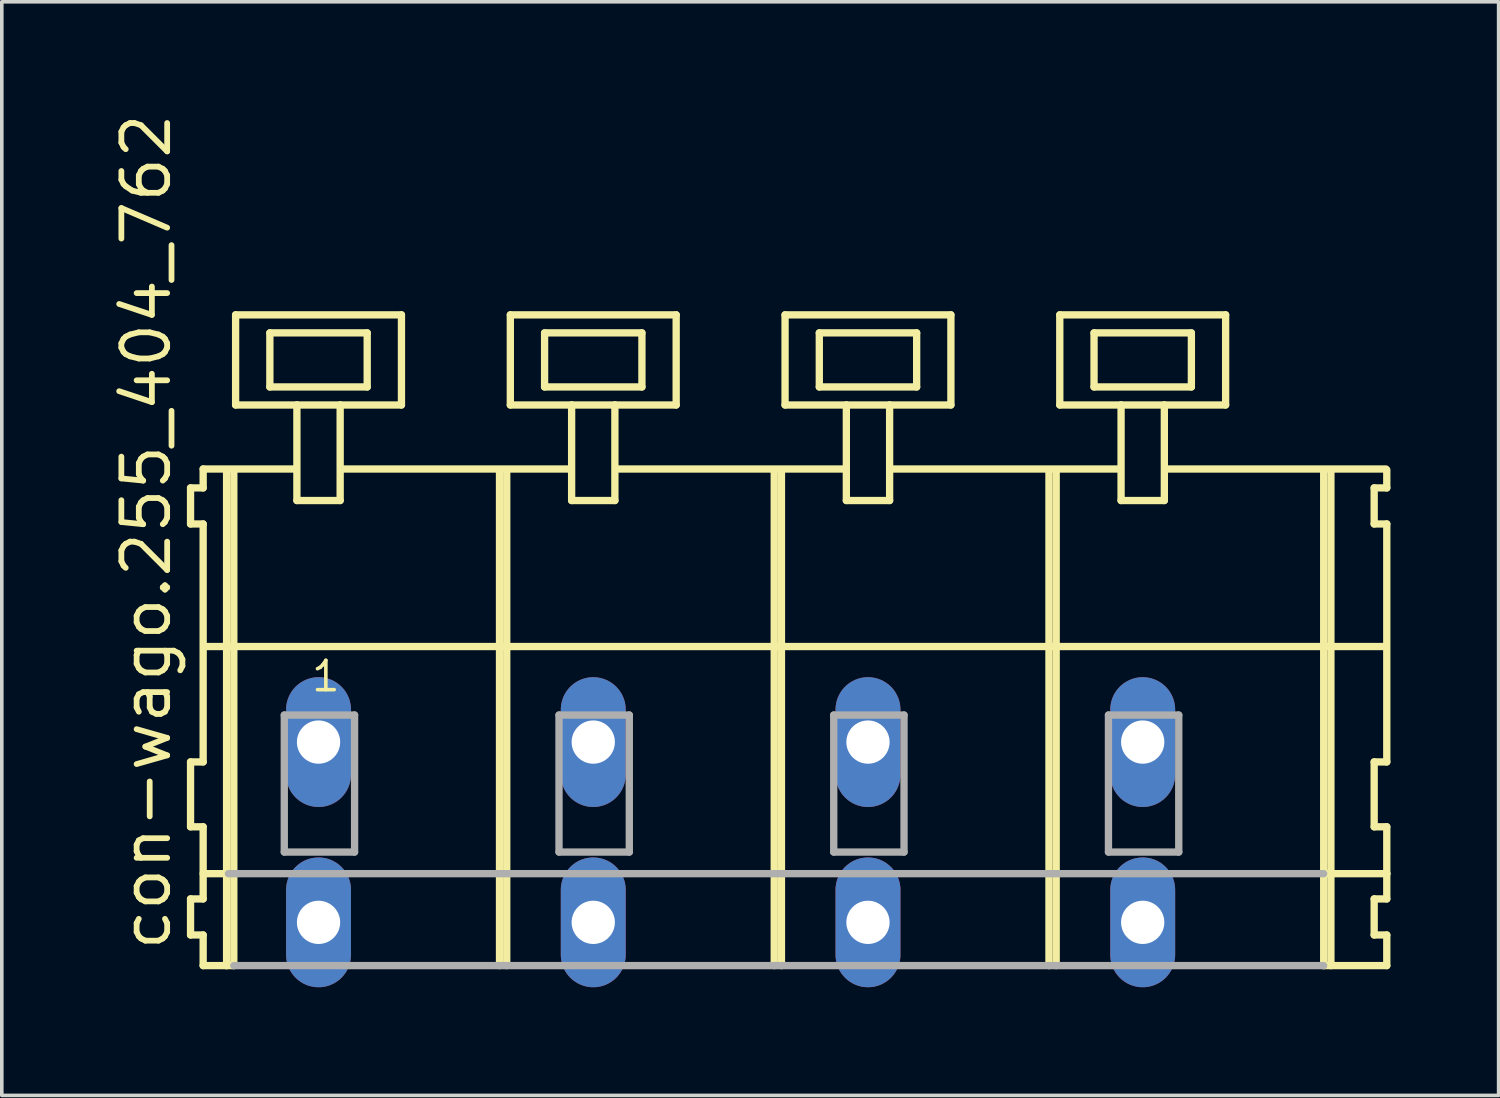
<source format=kicad_pcb>
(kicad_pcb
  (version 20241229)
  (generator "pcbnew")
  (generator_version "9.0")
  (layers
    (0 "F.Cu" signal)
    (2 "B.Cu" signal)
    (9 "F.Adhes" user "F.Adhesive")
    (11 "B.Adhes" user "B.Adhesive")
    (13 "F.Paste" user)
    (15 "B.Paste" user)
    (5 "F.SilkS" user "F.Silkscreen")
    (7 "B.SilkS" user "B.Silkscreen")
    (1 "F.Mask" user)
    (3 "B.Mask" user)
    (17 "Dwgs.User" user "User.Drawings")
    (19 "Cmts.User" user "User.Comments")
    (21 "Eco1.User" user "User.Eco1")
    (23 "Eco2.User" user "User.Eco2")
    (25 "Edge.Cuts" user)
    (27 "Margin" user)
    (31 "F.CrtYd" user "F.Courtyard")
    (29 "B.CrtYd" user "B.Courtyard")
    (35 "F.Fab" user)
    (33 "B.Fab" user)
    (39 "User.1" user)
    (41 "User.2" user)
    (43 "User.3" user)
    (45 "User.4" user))
  (footprint "con-wago.255_404_762"
    (layer "F.Cu")
    (at 18.485 17.533)
    (property "Reference" "con-wago.255_404_762" (at -16.735 5.855 90) (layer "F.SilkS") (effects (font (size 1.27 1.27) (thickness 0.16)) (justify left bottom)))
    (attr through_hole)
    (fp_line (start -16.25 -7.05) (end -16.25 -6.05) (stroke (width 0.203) (type default)) (layer "F.SilkS"))
    (fp_line (start -16.25 -6.05) (end -15.9 -6.05) (stroke (width 0.203) (type default)) (layer "F.SilkS"))
    (fp_line (start -16.25 0.55) (end -16.25 2.35) (stroke (width 0.203) (type default)) (layer "F.SilkS"))
    (fp_line (start -16.25 2.35) (end -15.9 2.35) (stroke (width 0.203) (type default)) (layer "F.SilkS"))
    (fp_line (start -16.25 4.35) (end -16.25 5.35) (stroke (width 0.203) (type default)) (layer "F.SilkS"))
    (fp_line (start -16.25 5.35) (end -15.9 5.35) (stroke (width 0.203) (type default)) (layer "F.SilkS"))
    (fp_line (start -15.9 -7.575) (end -15.9 -7.05) (stroke (width 0.203) (type default)) (layer "F.SilkS"))
    (fp_line (start -15.9 -7.575) (end -13.325 -7.575) (stroke (width 0.203) (type default)) (layer "F.SilkS"))
    (fp_line (start -15.9 -7.05) (end -16.25 -7.05) (stroke (width 0.203) (type default)) (layer "F.SilkS"))
    (fp_line (start -15.9 -6.05) (end -15.9 0.55) (stroke (width 0.203) (type default)) (layer "F.SilkS"))
    (fp_line (start -15.9 0.55) (end -16.25 0.55) (stroke (width 0.203) (type default)) (layer "F.SilkS"))
    (fp_line (start -15.9 2.35) (end -15.9 4.35) (stroke (width 0.203) (type default)) (layer "F.SilkS"))
    (fp_line (start -15.9 3.65) (end -15.2 3.65) (stroke (width 0.203) (type default)) (layer "F.SilkS"))
    (fp_line (start -15.9 4.35) (end -16.25 4.35) (stroke (width 0.203) (type default)) (layer "F.SilkS"))
    (fp_line (start -15.9 5.35) (end -15.9 6.2) (stroke (width 0.203) (type default)) (layer "F.SilkS"))
    (fp_line (start -15.9 6.2) (end -15.25 6.2) (stroke (width 0.203) (type default)) (layer "F.SilkS"))
    (fp_line (start -15.85 -2.65) (end 16.88 -2.65) (stroke (width 0.203) (type default)) (layer "F.SilkS"))
    (fp_line (start -15.25 -7.55) (end -15.25 6.2) (stroke (width 0.203) (type default)) (layer "F.SilkS"))
    (fp_line (start -15.25 6.2) (end -15.05 6.2) (stroke (width 0.203) (type default)) (layer "F.SilkS"))
    (fp_line (start -15.05 -7.55) (end -15.05 6.2) (stroke (width 0.203) (type default)) (layer "F.SilkS"))
    (fp_line (start -15 -11.85) (end -15 -9.35) (stroke (width 0.203) (type default)) (layer "F.SilkS"))
    (fp_line (start -15 -9.35) (end -13.3 -9.35) (stroke (width 0.203) (type default)) (layer "F.SilkS"))
    (fp_line (start -14.05 -11.35) (end -14.05 -9.85) (stroke (width 0.203) (type default)) (layer "F.SilkS"))
    (fp_line (start -14.05 -9.85) (end -11.35 -9.85) (stroke (width 0.203) (type default)) (layer "F.SilkS"))
    (fp_line (start -13.3 -9.35) (end -13.3 -6.7) (stroke (width 0.203) (type default)) (layer "F.SilkS"))
    (fp_line (start -13.3 -9.35) (end -12.1 -9.35) (stroke (width 0.203) (type default)) (layer "F.SilkS"))
    (fp_line (start -13.3 -6.7) (end -12.1 -6.7) (stroke (width 0.203) (type default)) (layer "F.SilkS"))
    (fp_line (start -12.1 -9.35) (end -10.4 -9.35) (stroke (width 0.203) (type default)) (layer "F.SilkS"))
    (fp_line (start -12.1 -6.7) (end -12.1 -9.35) (stroke (width 0.203) (type default)) (layer "F.SilkS"))
    (fp_line (start -12.075 -7.575) (end -5.701 -7.575) (stroke (width 0.203) (type default)) (layer "F.SilkS"))
    (fp_line (start -11.35 -11.35) (end -14.05 -11.35) (stroke (width 0.203) (type default)) (layer "F.SilkS"))
    (fp_line (start -11.35 -9.85) (end -11.35 -11.35) (stroke (width 0.203) (type default)) (layer "F.SilkS"))
    (fp_line (start -10.4 -11.85) (end -15 -11.85) (stroke (width 0.203) (type default)) (layer "F.SilkS"))
    (fp_line (start -10.4 -9.35) (end -10.4 -11.85) (stroke (width 0.203) (type default)) (layer "F.SilkS"))
    (fp_line (start -7.68 -7.55) (end -7.68 6.2) (stroke (width 0.203) (type default)) (layer "F.SilkS"))
    (fp_line (start -7.48 -7.55) (end -7.48 6.2) (stroke (width 0.203) (type default)) (layer "F.SilkS"))
    (fp_line (start -7.38 -11.85) (end -7.38 -9.35) (stroke (width 0.203) (type default)) (layer "F.SilkS"))
    (fp_line (start -7.38 -9.35) (end -5.68 -9.35) (stroke (width 0.203) (type default)) (layer "F.SilkS"))
    (fp_line (start -6.43 -11.35) (end -6.43 -9.85) (stroke (width 0.203) (type default)) (layer "F.SilkS"))
    (fp_line (start -6.43 -9.85) (end -3.73 -9.85) (stroke (width 0.203) (type default)) (layer "F.SilkS"))
    (fp_line (start -5.68 -9.35) (end -5.68 -6.7) (stroke (width 0.203) (type default)) (layer "F.SilkS"))
    (fp_line (start -5.68 -9.35) (end -4.48 -9.35) (stroke (width 0.203) (type default)) (layer "F.SilkS"))
    (fp_line (start -5.68 -6.7) (end -4.48 -6.7) (stroke (width 0.203) (type default)) (layer "F.SilkS"))
    (fp_line (start -4.48 -9.35) (end -2.78 -9.35) (stroke (width 0.203) (type default)) (layer "F.SilkS"))
    (fp_line (start -4.48 -6.7) (end -4.48 -9.35) (stroke (width 0.203) (type default)) (layer "F.SilkS"))
    (fp_line (start -4.455 -7.575) (end 1.919 -7.575) (stroke (width 0.203) (type default)) (layer "F.SilkS"))
    (fp_line (start -3.73 -11.35) (end -6.43 -11.35) (stroke (width 0.203) (type default)) (layer "F.SilkS"))
    (fp_line (start -3.73 -9.85) (end -3.73 -11.35) (stroke (width 0.203) (type default)) (layer "F.SilkS"))
    (fp_line (start -2.78 -11.85) (end -7.38 -11.85) (stroke (width 0.203) (type default)) (layer "F.SilkS"))
    (fp_line (start -2.78 -9.35) (end -2.78 -11.85) (stroke (width 0.203) (type default)) (layer "F.SilkS"))
    (fp_line (start -0.06 -7.55) (end -0.06 6.2) (stroke (width 0.203) (type default)) (layer "F.SilkS"))
    (fp_line (start 0.14 -7.55) (end 0.14 6.2) (stroke (width 0.203) (type default)) (layer "F.SilkS"))
    (fp_line (start 0.24 -11.85) (end 0.24 -9.35) (stroke (width 0.203) (type default)) (layer "F.SilkS"))
    (fp_line (start 0.24 -9.35) (end 1.94 -9.35) (stroke (width 0.203) (type default)) (layer "F.SilkS"))
    (fp_line (start 1.19 -11.35) (end 1.19 -9.85) (stroke (width 0.203) (type default)) (layer "F.SilkS"))
    (fp_line (start 1.19 -9.85) (end 3.89 -9.85) (stroke (width 0.203) (type default)) (layer "F.SilkS"))
    (fp_line (start 1.94 -9.35) (end 1.94 -6.7) (stroke (width 0.203) (type default)) (layer "F.SilkS"))
    (fp_line (start 1.94 -9.35) (end 3.14 -9.35) (stroke (width 0.203) (type default)) (layer "F.SilkS"))
    (fp_line (start 1.94 -6.7) (end 3.14 -6.7) (stroke (width 0.203) (type default)) (layer "F.SilkS"))
    (fp_line (start 3.14 -9.35) (end 4.84 -9.35) (stroke (width 0.203) (type default)) (layer "F.SilkS"))
    (fp_line (start 3.14 -6.7) (end 3.14 -9.35) (stroke (width 0.203) (type default)) (layer "F.SilkS"))
    (fp_line (start 3.165 -7.575) (end 9.539 -7.575) (stroke (width 0.203) (type default)) (layer "F.SilkS"))
    (fp_line (start 3.89 -11.35) (end 1.19 -11.35) (stroke (width 0.203) (type default)) (layer "F.SilkS"))
    (fp_line (start 3.89 -9.85) (end 3.89 -11.35) (stroke (width 0.203) (type default)) (layer "F.SilkS"))
    (fp_line (start 4.84 -11.85) (end 0.24 -11.85) (stroke (width 0.203) (type default)) (layer "F.SilkS"))
    (fp_line (start 4.84 -9.35) (end 4.84 -11.85) (stroke (width 0.203) (type default)) (layer "F.SilkS"))
    (fp_line (start 7.56 -7.55) (end 7.56 6.2) (stroke (width 0.203) (type default)) (layer "F.SilkS"))
    (fp_line (start 7.76 -7.55) (end 7.76 6.2) (stroke (width 0.203) (type default)) (layer "F.SilkS"))
    (fp_line (start 7.86 -11.85) (end 7.86 -9.35) (stroke (width 0.203) (type default)) (layer "F.SilkS"))
    (fp_line (start 7.86 -9.35) (end 9.56 -9.35) (stroke (width 0.203) (type default)) (layer "F.SilkS"))
    (fp_line (start 8.81 -11.35) (end 8.81 -9.85) (stroke (width 0.203) (type default)) (layer "F.SilkS"))
    (fp_line (start 8.81 -9.85) (end 11.51 -9.85) (stroke (width 0.203) (type default)) (layer "F.SilkS"))
    (fp_line (start 9.56 -9.35) (end 9.56 -6.7) (stroke (width 0.203) (type default)) (layer "F.SilkS"))
    (fp_line (start 9.56 -9.35) (end 10.76 -9.35) (stroke (width 0.203) (type default)) (layer "F.SilkS"))
    (fp_line (start 9.56 -6.7) (end 10.76 -6.7) (stroke (width 0.203) (type default)) (layer "F.SilkS"))
    (fp_line (start 10.76 -9.35) (end 12.46 -9.35) (stroke (width 0.203) (type default)) (layer "F.SilkS"))
    (fp_line (start 10.76 -6.7) (end 10.76 -9.35) (stroke (width 0.203) (type default)) (layer "F.SilkS"))
    (fp_line (start 10.785 -7.575) (end 16.905 -7.575) (stroke (width 0.203) (type default)) (layer "F.SilkS"))
    (fp_line (start 11.51 -11.35) (end 8.81 -11.35) (stroke (width 0.203) (type default)) (layer "F.SilkS"))
    (fp_line (start 11.51 -9.85) (end 11.51 -11.35) (stroke (width 0.203) (type default)) (layer "F.SilkS"))
    (fp_line (start 12.46 -11.85) (end 7.86 -11.85) (stroke (width 0.203) (type default)) (layer "F.SilkS"))
    (fp_line (start 12.46 -9.35) (end 12.46 -11.85) (stroke (width 0.203) (type default)) (layer "F.SilkS"))
    (fp_line (start 15.18 -7.55) (end 15.18 6.2) (stroke (width 0.203) (type default)) (layer "F.SilkS"))
    (fp_line (start 15.18 6.2) (end 16.93 6.2) (stroke (width 0.203) (type default)) (layer "F.SilkS"))
    (fp_line (start 15.23 3.65) (end 16.93 3.65) (stroke (width 0.203) (type default)) (layer "F.SilkS"))
    (fp_line (start 15.38 -7.55) (end 15.38 6.2) (stroke (width 0.203) (type default)) (layer "F.SilkS"))
    (fp_line (start 16.58 -7.05) (end 16.58 -6.05) (stroke (width 0.203) (type default)) (layer "F.SilkS"))
    (fp_line (start 16.58 -6.05) (end 16.93 -6.05) (stroke (width 0.203) (type default)) (layer "F.SilkS"))
    (fp_line (start 16.58 0.55) (end 16.58 2.35) (stroke (width 0.203) (type default)) (layer "F.SilkS"))
    (fp_line (start 16.58 2.35) (end 16.93 2.35) (stroke (width 0.203) (type default)) (layer "F.SilkS"))
    (fp_line (start 16.58 4.35) (end 16.58 5.35) (stroke (width 0.203) (type default)) (layer "F.SilkS"))
    (fp_line (start 16.58 5.35) (end 16.93 5.35) (stroke (width 0.203) (type default)) (layer "F.SilkS"))
    (fp_line (start 16.93 -7.05) (end 16.58 -7.05) (stroke (width 0.203) (type default)) (layer "F.SilkS"))
    (fp_line (start 16.93 -7.05) (end 16.93 -7.55) (stroke (width 0.203) (type default)) (layer "F.SilkS"))
    (fp_line (start 16.93 0.55) (end 16.58 0.55) (stroke (width 0.203) (type default)) (layer "F.SilkS"))
    (fp_line (start 16.93 0.55) (end 16.93 -6.05) (stroke (width 0.203) (type default)) (layer "F.SilkS"))
    (fp_line (start 16.93 3.65) (end 16.93 2.35) (stroke (width 0.203) (type default)) (layer "F.SilkS"))
    (fp_line (start 16.93 4.35) (end 16.58 4.35) (stroke (width 0.203) (type default)) (layer "F.SilkS"))
    (fp_line (start 16.93 4.35) (end 16.93 3.65) (stroke (width 0.203) (type default)) (layer "F.SilkS"))
    (fp_line (start 16.93 6.2) (end 16.93 5.35) (stroke (width 0.203) (type default)) (layer "F.SilkS"))
    (fp_line (start -15.2 3.65) (end 15.18 3.65) (stroke (width 0.203) (type default)) (layer "F.Fab"))
    (fp_line (start -15.05 6.2) (end 15.18 6.2) (stroke (width 0.203) (type default)) (layer "F.Fab"))
    (fp_line (start -13.65 -0.75) (end -13.65 3.05) (stroke (width 0.203) (type default)) (layer "F.Fab"))
    (fp_line (start -13.65 3.05) (end -11.7 3.05) (stroke (width 0.203) (type default)) (layer "F.Fab"))
    (fp_line (start -11.7 -0.75) (end -13.65 -0.75) (stroke (width 0.203) (type default)) (layer "F.Fab"))
    (fp_line (start -11.7 3.05) (end -11.7 -0.75) (stroke (width 0.203) (type default)) (layer "F.Fab"))
    (fp_line (start -6.03 -0.75) (end -6.03 3.05) (stroke (width 0.203) (type default)) (layer "F.Fab"))
    (fp_line (start -6.03 3.05) (end -4.08 3.05) (stroke (width 0.203) (type default)) (layer "F.Fab"))
    (fp_line (start -4.08 -0.75) (end -6.03 -0.75) (stroke (width 0.203) (type default)) (layer "F.Fab"))
    (fp_line (start -4.08 3.05) (end -4.08 -0.75) (stroke (width 0.203) (type default)) (layer "F.Fab"))
    (fp_line (start 1.59 -0.75) (end 1.59 3.05) (stroke (width 0.203) (type default)) (layer "F.Fab"))
    (fp_line (start 1.59 3.05) (end 3.54 3.05) (stroke (width 0.203) (type default)) (layer "F.Fab"))
    (fp_line (start 3.54 -0.75) (end 1.59 -0.75) (stroke (width 0.203) (type default)) (layer "F.Fab"))
    (fp_line (start 3.54 3.05) (end 3.54 -0.75) (stroke (width 0.203) (type default)) (layer "F.Fab"))
    (fp_line (start 9.21 -0.75) (end 9.21 3.05) (stroke (width 0.203) (type default)) (layer "F.Fab"))
    (fp_line (start 9.21 3.05) (end 11.16 3.05) (stroke (width 0.203) (type default)) (layer "F.Fab"))
    (fp_line (start 11.16 -0.75) (end 9.21 -0.75) (stroke (width 0.203) (type default)) (layer "F.Fab"))
    (fp_line (start 11.16 3.05) (end 11.16 -0.75) (stroke (width 0.203) (type default)) (layer "F.Fab"))
    (fp_text user "1" (at -12.95 -1.35 0) (layer "F.SilkS") (effects (font (size 0.813 0.813) (thickness 0.1)) (justify left bottom)))
    (pad "A1" thru_hole oval (at -12.7 0 90) (size 3.6 1.8) (drill 1.2) (layers "*.Cu" "*.Mask"))
    (pad "A2" thru_hole oval (at -5.08 0 90) (size 3.6 1.8) (drill 1.2) (layers "*.Cu" "*.Mask"))
    (pad "A3" thru_hole oval (at 2.54 0 90) (size 3.6 1.8) (drill 1.2) (layers "*.Cu" "*.Mask"))
    (pad "A4" thru_hole oval (at 10.16 0 90) (size 3.6 1.8) (drill 1.2) (layers "*.Cu" "*.Mask"))
    (pad "B1" thru_hole oval (at -12.7 5 90) (size 3.6 1.8) (drill 1.2) (layers "*.Cu" "*.Mask"))
    (pad "B2" thru_hole oval (at -5.08 5 90) (size 3.6 1.8) (drill 1.2) (layers "*.Cu" "*.Mask"))
    (pad "B3" thru_hole oval (at 2.54 5 90) (size 3.6 1.8) (drill 1.2) (layers "*.Cu" "*.Mask"))
    (pad "B4" thru_hole oval (at 10.16 5 90) (size 3.6 1.8) (drill 1.2) (layers "*.Cu" "*.Mask")))
  (gr_rect
    (start -3 -3)
    (end 38.517 27.333)
    (stroke (width 0.1) (type default))
    (fill no)
    (layer "Edge.Cuts")))
</source>
